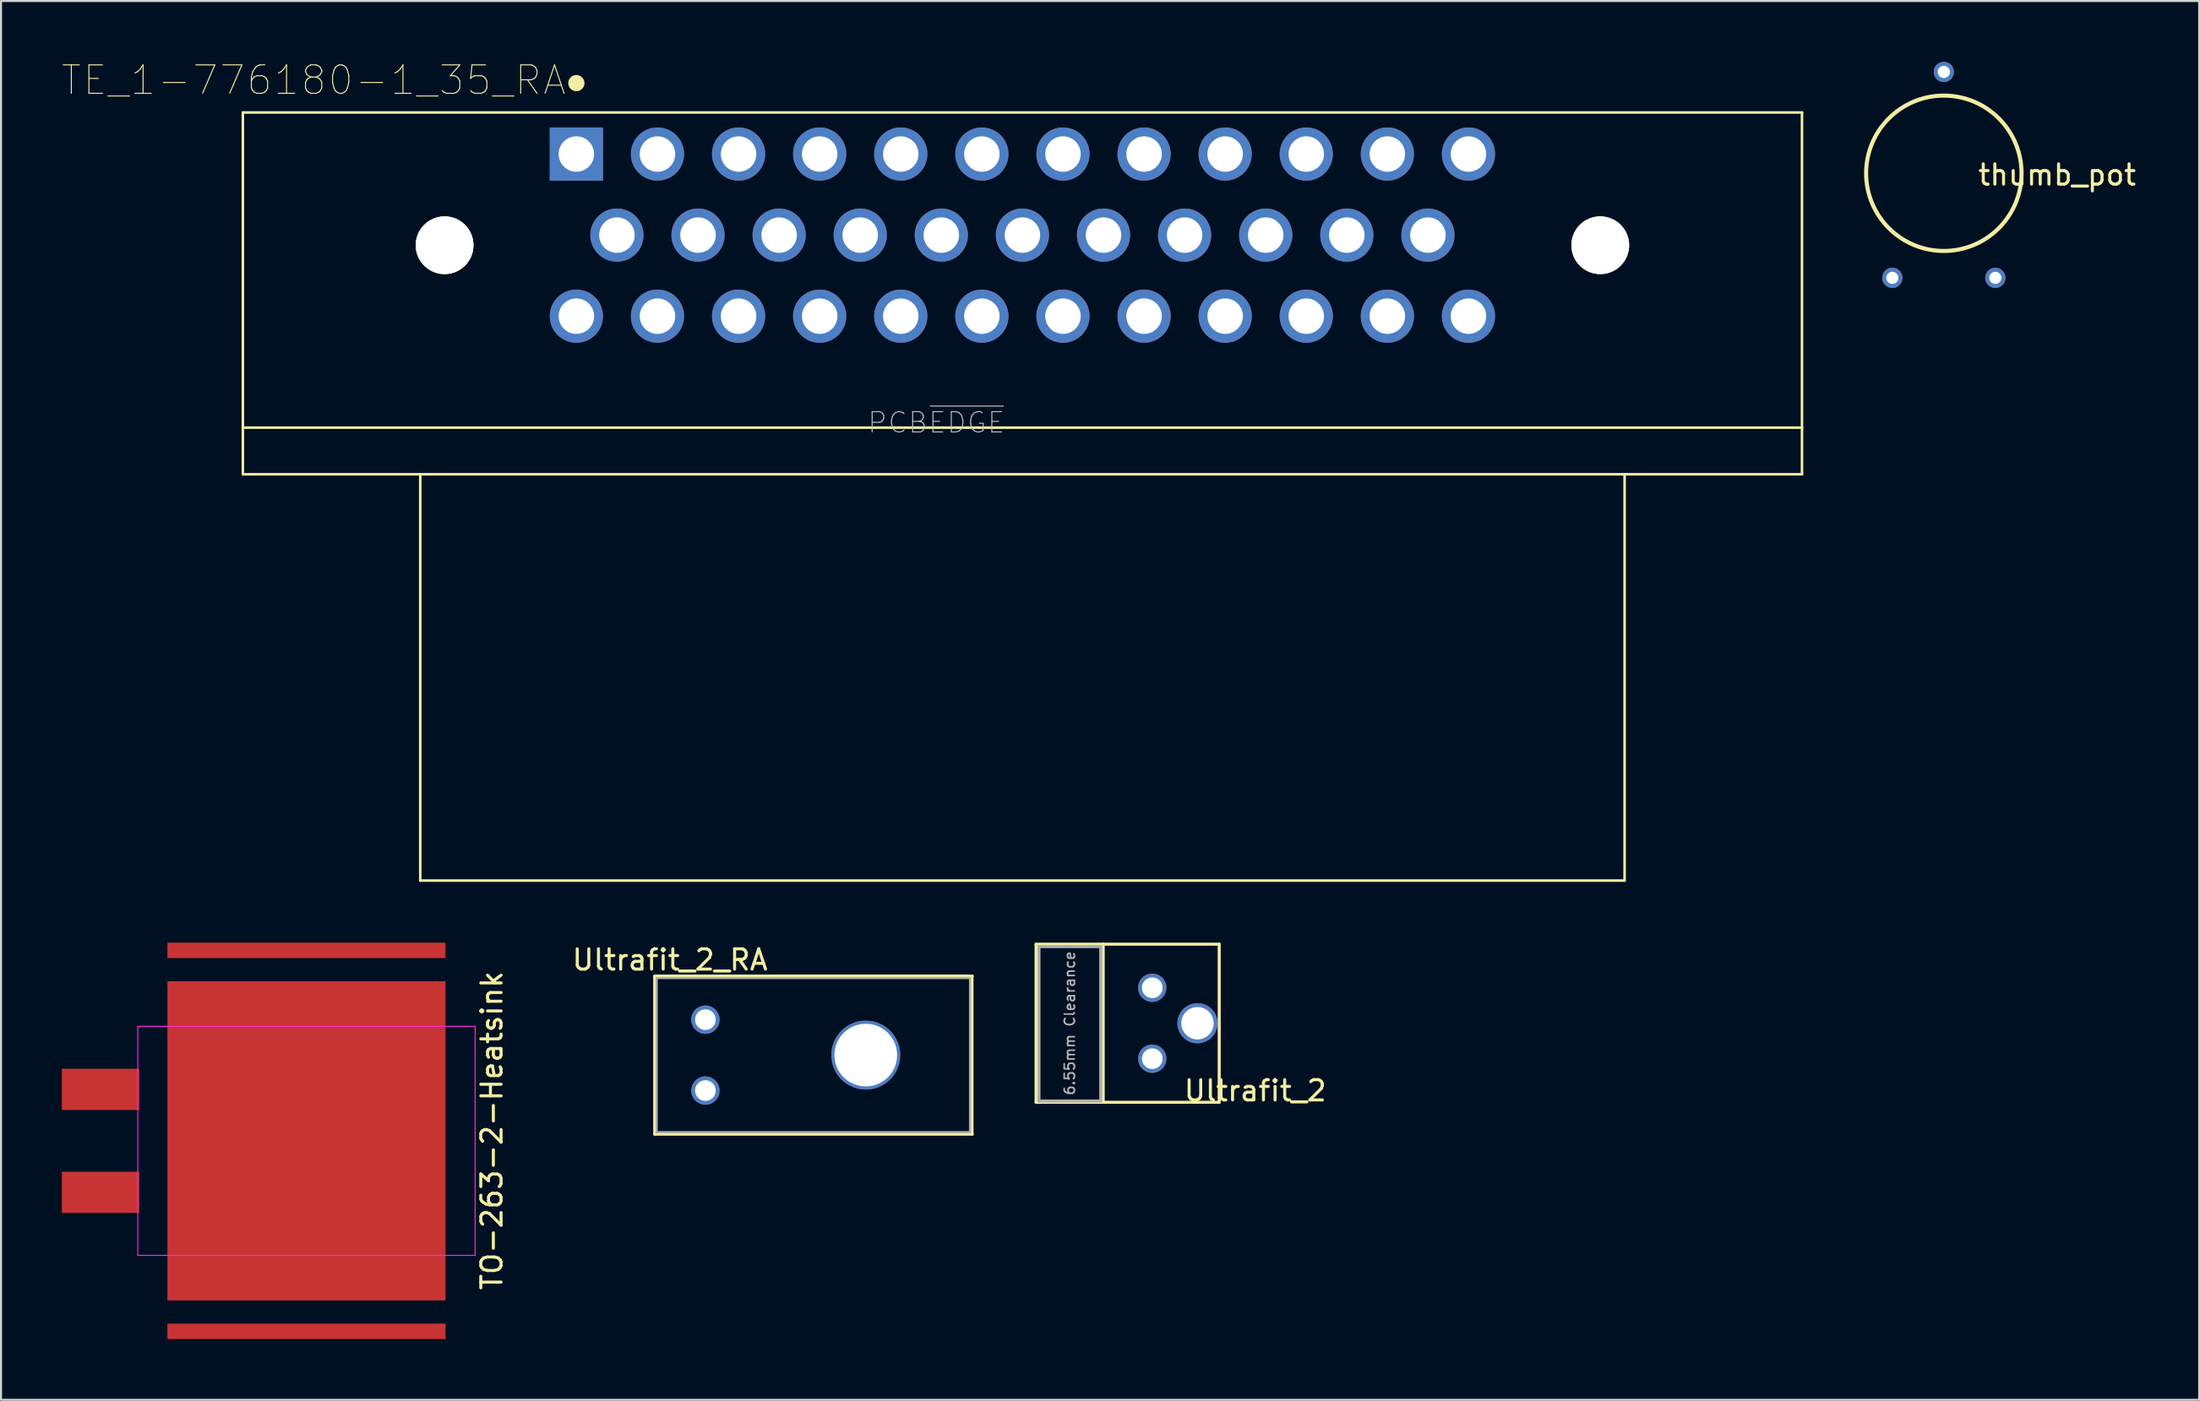
<source format=kicad_pcb>
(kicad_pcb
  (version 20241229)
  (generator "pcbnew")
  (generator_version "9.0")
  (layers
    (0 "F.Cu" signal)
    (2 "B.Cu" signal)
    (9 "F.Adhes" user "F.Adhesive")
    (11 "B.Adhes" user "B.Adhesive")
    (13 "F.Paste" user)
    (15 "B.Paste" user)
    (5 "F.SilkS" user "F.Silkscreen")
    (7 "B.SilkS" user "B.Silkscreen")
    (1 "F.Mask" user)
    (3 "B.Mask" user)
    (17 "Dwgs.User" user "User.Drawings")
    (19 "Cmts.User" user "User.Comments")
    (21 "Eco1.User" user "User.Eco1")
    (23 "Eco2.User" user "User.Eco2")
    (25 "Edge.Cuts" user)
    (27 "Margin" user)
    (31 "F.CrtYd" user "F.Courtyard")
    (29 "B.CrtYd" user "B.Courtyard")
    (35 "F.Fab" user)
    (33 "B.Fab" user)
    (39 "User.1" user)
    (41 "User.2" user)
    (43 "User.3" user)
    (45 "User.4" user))
  (footprint "Ultrafit_2_RA"
    (layer "F.Cu")
    (at 31.742 47.263)
    (property "Reference" "Ultrafit_2_RA" (at -1.75 -2.95 0) (layer "F.SilkS") (effects (font (size 1 1) (thickness 0.15))))
    (attr through_hole)
    (fp_line (start -2.5 -2.15) (end 13.16 -2.15) (stroke (width 0.15) (type solid)) (layer "F.SilkS"))
    (fp_line (start -2.5 5.65) (end -2.5 -2.15) (stroke (width 0.15) (type solid)) (layer "F.SilkS"))
    (fp_line (start -2.5 5.65) (end 13.16 5.65) (stroke (width 0.15) (type solid)) (layer "F.SilkS"))
    (fp_line (start 13.15 5.65) (end 13.15 -2.15) (stroke (width 0.15) (type solid)) (layer "F.SilkS"))
    (fp_line (start -2.4 -2.05) (end -2.4 5.55) (stroke (width 0.1) (type solid)) (layer "F.Fab"))
    (fp_line (start -2.4 5.55) (end 13.05 5.55) (stroke (width 0.1) (type solid)) (layer "F.Fab"))
    (fp_line (start 13.05 -2.05) (end -2.4 -2.05) (stroke (width 0.1) (type solid)) (layer "F.Fab"))
    (fp_line (start 13.05 5.55) (end 13.05 -2.05) (stroke (width 0.1) (type solid)) (layer "F.Fab"))
    (pad "" thru_hole circle (at 7.91 1.75) (size 3.4 3.4) (drill 3.09) (layers "*.Cu" "*.Mask"))
    (pad "1" thru_hole circle (at 0 3.5) (size 1.397 1.397) (drill 1.02) (layers "*.Cu" "*.Mask"))
    (pad "2" thru_hole circle (at 0 0) (size 1.397 1.397) (drill 1.02) (layers "*.Cu" "*.Mask")))
  (footprint "Ultrafit_2"
    (layer "F.Cu")
    (at 53.782 45.69)
    (property "Reference" "Ultrafit_2" (at 5.08 5.08 0) (layer "F.SilkS") (effects (font (size 1 1) (thickness 0.15))))
    (attr through_hole)
    (fp_line (start -5.73 -2.15) (end -5.73 5.65) (stroke (width 0.15) (type solid)) (layer "F.SilkS"))
    (fp_line (start -5.73 5.65) (end -2.42 5.65) (stroke (width 0.15) (type solid)) (layer "F.SilkS"))
    (fp_line (start -2.42 -2.15) (end -5.73 -2.15) (stroke (width 0.15) (type solid)) (layer "F.SilkS"))
    (fp_line (start -2.42 -2.15) (end 3.302 -2.15) (stroke (width 0.15) (type solid)) (layer "F.SilkS"))
    (fp_line (start -2.42 5.65) (end -2.42 -2.15) (stroke (width 0.15) (type solid)) (layer "F.SilkS"))
    (fp_line (start -2.42 5.65) (end 3.302 5.65) (stroke (width 0.15) (type solid)) (layer "F.SilkS"))
    (fp_line (start 3.302 5.65) (end 3.302 -2.15) (stroke (width 0.15) (type solid)) (layer "F.SilkS"))
    (fp_line (start -5.588 -2.032) (end -2.54 -2.032) (stroke (width 0.15) (type solid)) (layer "F.Fab"))
    (fp_line (start -5.588 5.588) (end -5.588 -2.032) (stroke (width 0.15) (type solid)) (layer "F.Fab"))
    (fp_line (start -2.54 -2.032) (end -2.54 5.588) (stroke (width 0.15) (type solid)) (layer "F.Fab"))
    (fp_line (start -2.54 5.588) (end -5.588 5.588) (stroke (width 0.15) (type solid)) (layer "F.Fab"))
    (fp_text user "6.55mm Clearance" (at -4.07 1.75 90) (layer "F.Fab") (effects (font (size 0.5 0.5) (thickness 0.08))))
    (pad "" thru_hole circle (at 2.23 1.75) (size 1.981 1.981) (drill 1.6) (layers "*.Cu" "*.Mask"))
    (pad "1" thru_hole circle (at 0 3.5) (size 1.397 1.397) (drill 1.02) (layers "*.Cu" "*.Mask"))
    (pad "2" thru_hole circle (at 0 0) (size 1.397 1.397) (drill 1.02) (layers "*.Cu" "*.Mask")))
  (footprint "thumb_pot"
    (layer "F.Cu")
    (at 92.824 0.5)
    (property "Reference" "thumb_pot" (at 5.588 5.08 0) (layer "F.SilkS") (effects (font (size 1 1) (thickness 0.15))))
    (attr through_hole)
    (fp_circle (center 0 5) (end 3.673 6.096) (stroke (width 0.2) (type solid)) (fill no) (layer "F.SilkS"))
    (pad "1" thru_hole circle (at -2.54 10.16) (size 1 1) (drill 0.6) (layers "*.Cu" "*.Mask"))
    (pad "2" thru_hole circle (at 0 0) (size 1 1) (drill 0.6) (layers "*.Cu" "*.Mask"))
    (pad "3" thru_hole circle (at 2.54 10.16) (size 1 1) (drill 0.6) (layers "*.Cu" "*.Mask")))
  (footprint "TO-263-2-Heatsink"
    (layer "F.Cu")
    (at 12.065 53.244)
    (property "Reference" "TO-263-2-Heatsink" (at 9.144 -0.508 90) (layer "F.SilkS") (effects (font (size 1 1) (thickness 0.15))))
    (attr smd)
    (fp_line (start -8.32 -5.65) (end -8.32 5.65) (stroke (width 0.05) (type solid)) (layer "F.CrtYd"))
    (fp_line (start -8.32 5.65) (end 8.32 5.65) (stroke (width 0.05) (type solid)) (layer "F.CrtYd"))
    (fp_line (start 8.32 -5.65) (end -8.32 -5.65) (stroke (width 0.05) (type solid)) (layer "F.CrtYd"))
    (fp_line (start 8.32 5.65) (end 8.32 -5.65) (stroke (width 0.05) (type solid)) (layer "F.CrtYd"))
    (pad "" smd rect (at 0 -9.398) (size 13.716 0.762) (layers "F.Cu" "F.Mask"))
    (pad "" smd rect (at 0 0) (size 13.716 15.748) (layers "F.Cu" "F.Mask" "F.Paste"))
    (pad "" smd rect (at 0 9.398) (size 13.716 0.762) (layers "F.Cu" "F.Mask"))
    (pad "1" smd rect (at -10.16 -2.54) (size 3.81 2.032) (layers "F.Cu" "F.Mask" "F.Paste"))
    (pad "2" smd rect (at -10.16 2.54) (size 3.81 2.032) (layers "F.Cu" "F.Mask" "F.Paste")))
  (footprint "TE_1-776180-1_35_RA"
    (layer "F.Cu")
    (at 25.378 4.551)
    (property "Reference" "TE_1-776180-1_35_RA" (at -12.96 -3.644 0) (layer "F.SilkS") (effects (font (size 1.402 1.402) (thickness 0.05))))
    (attr through_hole)
    (fp_line (start -16.45 -2.05) (end -16.45 13.5) (stroke (width 0.127) (type solid)) (layer "F.SilkS"))
    (fp_line (start -16.45 13.5) (end 60.45 13.5) (stroke (width 0.127) (type solid)) (layer "F.SilkS"))
    (fp_line (start -16.45 15.8) (end -16.45 13.5) (stroke (width 0.127) (type solid)) (layer "F.SilkS"))
    (fp_line (start -16.45 15.8) (end -7.7 15.8) (stroke (width 0.127) (type solid)) (layer "F.SilkS"))
    (fp_line (start -7.7 15.8) (end -7.7 35.85) (stroke (width 0.127) (type solid)) (layer "F.SilkS"))
    (fp_line (start -7.7 15.8) (end 51.7 15.8) (stroke (width 0.127) (type solid)) (layer "F.SilkS"))
    (fp_line (start -7.7 35.85) (end 51.7 35.85) (stroke (width 0.127) (type solid)) (layer "F.SilkS"))
    (fp_line (start 51.7 15.8) (end 60.45 15.8) (stroke (width 0.127) (type solid)) (layer "F.SilkS"))
    (fp_line (start 51.7 35.85) (end 51.7 15.8) (stroke (width 0.127) (type solid)) (layer "F.SilkS"))
    (fp_line (start 60.45 -2.05) (end -16.45 -2.05) (stroke (width 0.127) (type solid)) (layer "F.SilkS"))
    (fp_line (start 60.45 13.5) (end 60.45 -2.05) (stroke (width 0.127) (type solid)) (layer "F.SilkS"))
    (fp_line (start 60.45 15.8) (end 60.45 13.5) (stroke (width 0.127) (type solid)) (layer "F.SilkS"))
    (fp_circle (center 0 -3.5) (end 0.2 -3.5) (stroke (width 0.4) (type solid)) (fill no) (layer "F.SilkS"))
    (fp_line (start -16.45 -2.05) (end -16.45 13.5) (stroke (width 0.127) (type solid)) (layer "Eco2.User"))
    (fp_line (start -16.45 13.5) (end -16.45 15.8) (stroke (width 0.127) (type solid)) (layer "Eco2.User"))
    (fp_line (start -16.45 13.5) (end 60.45 13.5) (stroke (width 0.127) (type solid)) (layer "Eco2.User"))
    (fp_line (start -16.45 15.8) (end -7.7 15.8) (stroke (width 0.127) (type solid)) (layer "Eco2.User"))
    (fp_line (start -7.7 15.8) (end -7.7 35.85) (stroke (width 0.127) (type solid)) (layer "Eco2.User"))
    (fp_line (start -7.7 15.8) (end 51.7 15.8) (stroke (width 0.127) (type solid)) (layer "Eco2.User"))
    (fp_line (start -7.7 35.85) (end 51.7 35.85) (stroke (width 0.127) (type solid)) (layer "Eco2.User"))
    (fp_line (start 51.7 15.8) (end 60.45 15.8) (stroke (width 0.127) (type solid)) (layer "Eco2.User"))
    (fp_line (start 51.7 35.85) (end 51.7 15.8) (stroke (width 0.127) (type solid)) (layer "Eco2.User"))
    (fp_line (start 60.45 -2.05) (end -16.45 -2.05) (stroke (width 0.127) (type solid)) (layer "Eco2.User"))
    (fp_line (start 60.45 13.5) (end 60.45 -2.05) (stroke (width 0.127) (type solid)) (layer "Eco2.User"))
    (fp_line (start 60.45 13.5) (end 60.45 15.8) (stroke (width 0.127) (type solid)) (layer "Eco2.User"))
    (fp_circle (center 0 0) (end 0.2 0) (stroke (width 0.4) (type solid)) (fill no) (layer "Eco2.User"))
    (fp_text user "PCB~{EDGE}" (at 17.754 13.253 0) (layer "Dwgs.User") (effects (font (size 1 1) (thickness 0.05))))
    (pad "" np_thru_hole circle (at -6.5 4.5) (size 2.85 2.85) (drill 2.85) (layers "*.Cu" "*.Mask" "F.SilkS"))
    (pad "" np_thru_hole circle (at 50.5 4.5) (size 2.85 2.85) (drill 2.85) (layers "*.Cu" "*.Mask" "F.SilkS"))
    (pad "1" thru_hole rect (at 0 0) (size 2.625 2.625) (drill 1.75) (layers "*.Cu" "*.Mask"))
    (pad "2" thru_hole circle (at 4 0) (size 2.625 2.625) (drill 1.75) (layers "*.Cu" "*.Mask"))
    (pad "3" thru_hole circle (at 8 0) (size 2.625 2.625) (drill 1.75) (layers "*.Cu" "*.Mask"))
    (pad "4" thru_hole circle (at 12 0) (size 2.625 2.625) (drill 1.75) (layers "*.Cu" "*.Mask"))
    (pad "5" thru_hole circle (at 16 0) (size 2.625 2.625) (drill 1.75) (layers "*.Cu" "*.Mask"))
    (pad "6" thru_hole circle (at 20 0) (size 2.625 2.625) (drill 1.75) (layers "*.Cu" "*.Mask"))
    (pad "7" thru_hole circle (at 24 0) (size 2.625 2.625) (drill 1.75) (layers "*.Cu" "*.Mask"))
    (pad "8" thru_hole circle (at 28 0) (size 2.625 2.625) (drill 1.75) (layers "*.Cu" "*.Mask"))
    (pad "9" thru_hole circle (at 32 0) (size 2.625 2.625) (drill 1.75) (layers "*.Cu" "*.Mask"))
    (pad "10" thru_hole circle (at 36 0) (size 2.625 2.625) (drill 1.75) (layers "*.Cu" "*.Mask"))
    (pad "11" thru_hole circle (at 40 0) (size 2.625 2.625) (drill 1.75) (layers "*.Cu" "*.Mask"))
    (pad "12" thru_hole circle (at 44 0) (size 2.625 2.625) (drill 1.75) (layers "*.Cu" "*.Mask"))
    (pad "13" thru_hole circle (at 2 4) (size 2.625 2.625) (drill 1.75) (layers "*.Cu" "*.Mask"))
    (pad "14" thru_hole circle (at 6 4) (size 2.625 2.625) (drill 1.75) (layers "*.Cu" "*.Mask"))
    (pad "15" thru_hole circle (at 10 4) (size 2.625 2.625) (drill 1.75) (layers "*.Cu" "*.Mask"))
    (pad "16" thru_hole circle (at 14 4) (size 2.625 2.625) (drill 1.75) (layers "*.Cu" "*.Mask"))
    (pad "17" thru_hole circle (at 18 4) (size 2.625 2.625) (drill 1.75) (layers "*.Cu" "*.Mask"))
    (pad "18" thru_hole circle (at 22 4) (size 2.625 2.625) (drill 1.75) (layers "*.Cu" "*.Mask"))
    (pad "19" thru_hole circle (at 26 4) (size 2.625 2.625) (drill 1.75) (layers "*.Cu" "*.Mask"))
    (pad "20" thru_hole circle (at 30 4) (size 2.625 2.625) (drill 1.75) (layers "*.Cu" "*.Mask"))
    (pad "21" thru_hole circle (at 34 4) (size 2.625 2.625) (drill 1.75) (layers "*.Cu" "*.Mask"))
    (pad "22" thru_hole circle (at 38 4) (size 2.625 2.625) (drill 1.75) (layers "*.Cu" "*.Mask"))
    (pad "23" thru_hole circle (at 42 4) (size 2.625 2.625) (drill 1.75) (layers "*.Cu" "*.Mask"))
    (pad "24" thru_hole circle (at 0 8) (size 2.625 2.625) (drill 1.75) (layers "*.Cu" "*.Mask"))
    (pad "25" thru_hole circle (at 4 8) (size 2.625 2.625) (drill 1.75) (layers "*.Cu" "*.Mask"))
    (pad "26" thru_hole circle (at 8 8) (size 2.625 2.625) (drill 1.75) (layers "*.Cu" "*.Mask"))
    (pad "27" thru_hole circle (at 12 8) (size 2.625 2.625) (drill 1.75) (layers "*.Cu" "*.Mask"))
    (pad "28" thru_hole circle (at 16 8) (size 2.625 2.625) (drill 1.75) (layers "*.Cu" "*.Mask"))
    (pad "29" thru_hole circle (at 20 8) (size 2.625 2.625) (drill 1.75) (layers "*.Cu" "*.Mask"))
    (pad "30" thru_hole circle (at 24 8) (size 2.625 2.625) (drill 1.75) (layers "*.Cu" "*.Mask"))
    (pad "31" thru_hole circle (at 28 8) (size 2.625 2.625) (drill 1.75) (layers "*.Cu" "*.Mask"))
    (pad "32" thru_hole circle (at 32 8) (size 2.625 2.625) (drill 1.75) (layers "*.Cu" "*.Mask"))
    (pad "33" thru_hole circle (at 36 8) (size 2.625 2.625) (drill 1.75) (layers "*.Cu" "*.Mask"))
    (pad "34" thru_hole circle (at 40 8) (size 2.625 2.625) (drill 1.75) (layers "*.Cu" "*.Mask"))
    (pad "35" thru_hole circle (at 44 8) (size 2.625 2.625) (drill 1.75) (layers "*.Cu" "*.Mask")))
  (gr_rect
    (start -3 -3)
    (end 105.418 66.023)
    (stroke (width 0.1) (type default))
    (fill no)
    (layer "Edge.Cuts")))
</source>
